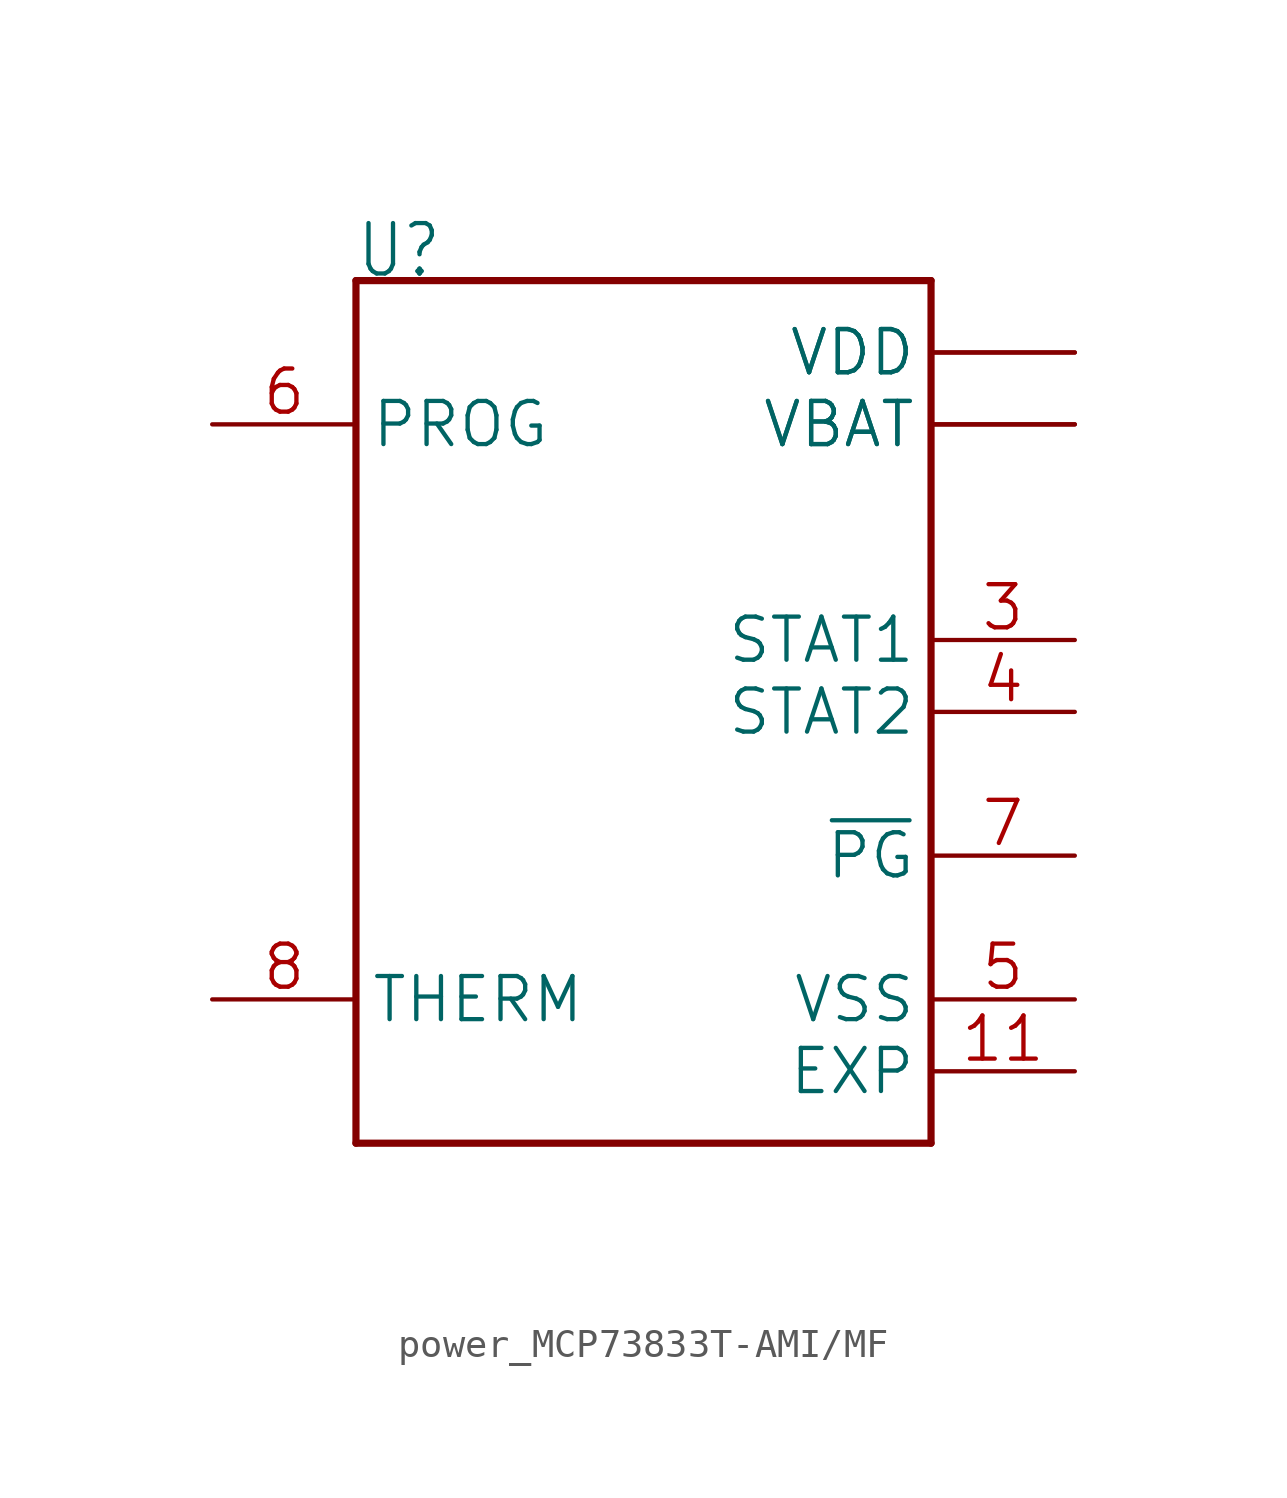
<source format=kicad_sym>
(kicad_symbol_lib
  (version 20241209)
  (generator "kicad_symbol_editor")
  (generator_version "9.0")
  (symbol "power_MCP73833T-AMI/MF"
    (property "Reference" "U"
      (at -10.177 15.265 0)
      (effects (font (size 1.781 1.514)) (justify left bottom)))
    (property "Value" ""
      (at -10.181 -17.816 0)
      (effects (font (size 1.782 1.514)) (justify left bottom)))
    (property "ki_locked" ""
      (at 0 0 0)
      (effects (font (size 1.27 1.27))))
    (symbol "power_MCP73833T-AMI/MF_1_0"
      (polyline (pts (xy -10.16 15.24) (xy 10.16 15.24)) (stroke (width 0.254) (type solid)) (fill (type none)))
      (polyline (pts (xy -10.16 -15.24) (xy -10.16 15.24)) (stroke (width 0.254) (type solid)) (fill (type none)))
      (polyline (pts (xy 10.16 15.24) (xy 10.16 -15.24)) (stroke (width 0.254) (type solid)) (fill (type none)))
      (polyline (pts (xy 10.16 -15.24) (xy -10.16 -15.24)) (stroke (width 0.254) (type solid)) (fill (type none)))
      (pin bidirectional line (at -15.24 10.16 0) (length 5.08) (name "PROG" (effects (font (size 1.524 1.524)))) (number "6" (effects (font (size 1.524 1.524)))))
      (pin bidirectional line (at -15.24 -10.16 0) (length 5.08) (name "THERM" (effects (font (size 1.524 1.524)))) (number "8" (effects (font (size 1.524 1.524)))))
      (pin bidirectional line (at 15.24 12.7 180) (length 5.08) (name "VDD" (effects (font (size 1.524 1.524)))) (number "1" (effects (font (size 0 0)))))
      (pin bidirectional line (at 15.24 12.7 180) (length 5.08) (name "VDD" (effects (font (size 1.524 1.524)))) (number "2" (effects (font (size 0 0)))))
      (pin bidirectional line (at 15.24 10.16 180) (length 5.08) (name "VBAT" (effects (font (size 1.524 1.524)))) (number "10" (effects (font (size 0 0)))))
      (pin bidirectional line (at 15.24 10.16 180) (length 5.08) (name "VBAT" (effects (font (size 1.524 1.524)))) (number "9" (effects (font (size 0 0)))))
      (pin bidirectional line (at 15.24 2.54 180) (length 5.08) (name "STAT1" (effects (font (size 1.524 1.524)))) (number "3" (effects (font (size 1.524 1.524)))))
      (pin bidirectional line (at 15.24 0 180) (length 5.08) (name "STAT2" (effects (font (size 1.524 1.524)))) (number "4" (effects (font (size 1.524 1.524)))))
      (pin bidirectional line (at 15.24 -5.08 180) (length 5.08) (name "~{PG}" (effects (font (size 1.524 1.524)))) (number "7" (effects (font (size 1.524 1.524)))))
      (pin bidirectional line (at 15.24 -10.16 180) (length 5.08) (name "VSS" (effects (font (size 1.524 1.524)))) (number "5" (effects (font (size 1.524 1.524)))))
      (pin bidirectional line (at 15.24 -12.7 180) (length 5.08) (name "EXP" (effects (font (size 1.524 1.524)))) (number "11" (effects (font (size 1.524 1.524))))))))
</source>
